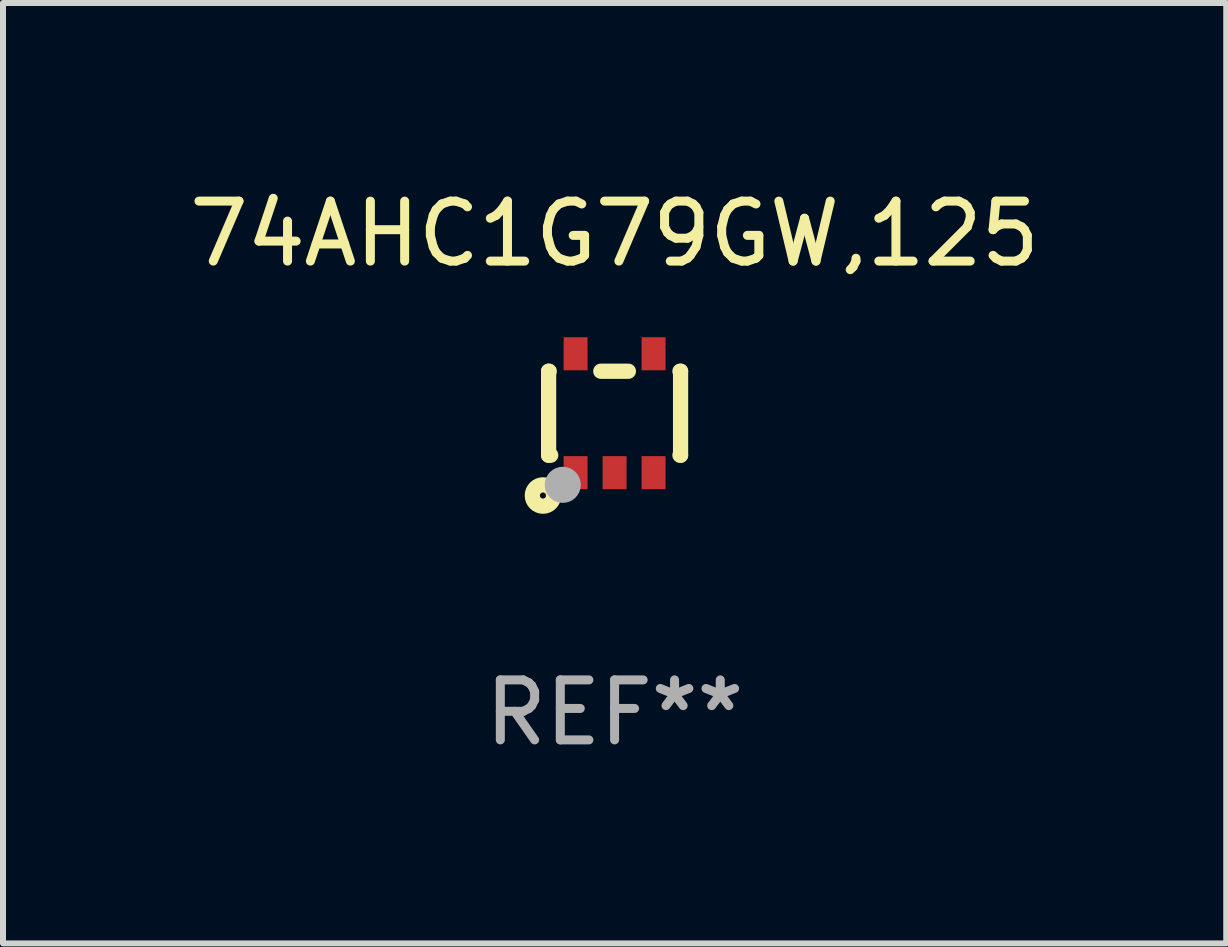
<source format=kicad_pcb>
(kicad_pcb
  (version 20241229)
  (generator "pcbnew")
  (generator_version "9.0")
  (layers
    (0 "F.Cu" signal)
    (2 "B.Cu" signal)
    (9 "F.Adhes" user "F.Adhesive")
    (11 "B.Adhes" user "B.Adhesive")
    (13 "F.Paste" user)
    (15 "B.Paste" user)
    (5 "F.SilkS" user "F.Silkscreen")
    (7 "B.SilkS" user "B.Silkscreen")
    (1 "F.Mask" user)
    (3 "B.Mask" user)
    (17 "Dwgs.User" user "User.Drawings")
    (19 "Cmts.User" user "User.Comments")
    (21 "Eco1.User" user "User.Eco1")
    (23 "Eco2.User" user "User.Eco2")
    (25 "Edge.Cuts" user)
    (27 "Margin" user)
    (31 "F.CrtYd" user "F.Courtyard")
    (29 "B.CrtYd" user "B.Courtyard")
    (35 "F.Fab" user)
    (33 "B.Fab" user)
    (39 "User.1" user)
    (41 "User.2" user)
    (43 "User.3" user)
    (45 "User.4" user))
  (footprint "74AHC1G79GW,125"
    (layer "F.Cu")
    (at 7.196 3.839)
    (property "Reference" "74AHC1G79GW,125" (at 0 -2.991 0) (layer "F.SilkS") (effects (font (size 1 1) (thickness 0.15))))
    (attr through_hole)
    (fp_line (start -1.1 -0.7) (end -1.1 0.7) (stroke (width 0.254) (type solid)) (layer "F.SilkS"))
    (fp_line (start -1.1 -0.7) (end -1.09 -0.7) (stroke (width 0.254) (type solid)) (layer "F.SilkS"))
    (fp_line (start -1.1 0.7) (end -1.065 0.7) (stroke (width 0.254) (type solid)) (layer "F.SilkS"))
    (fp_line (start -0.23 -0.7) (end 0.23 -0.7) (stroke (width 0.254) (type solid)) (layer "F.SilkS"))
    (fp_line (start 1.09 -0.7) (end 1.1 -0.7) (stroke (width 0.254) (type solid)) (layer "F.SilkS"))
    (fp_line (start 1.09 0.7) (end 1.1 0.7) (stroke (width 0.254) (type solid)) (layer "F.SilkS"))
    (fp_line (start 1.1 -0.7) (end 1.1 0.7) (stroke (width 0.254) (type solid)) (layer "F.SilkS"))
    (fp_circle (center -1.194 1.372) (end -1.143 1.372) (stroke (width 0.254) (type solid)) (fill no) (layer "F.SilkS"))
    (fp_circle (center -1.05 1.063) (end -1.02 1.063) (stroke (width 0.06) (type solid)) (fill no) (layer "F.SilkS"))
    (fp_circle (center -0.864 1.194) (end -0.713 1.194) (stroke (width 0.3) (type solid)) (fill no) (layer "F.Fab"))
    (fp_text user "REF**" (at 0 4.991 0) (layer "F.Fab") (effects (font (size 1 1) (thickness 0.15))))
    (pad "1" smd rect (at -0.65 0.991 180) (size 0.399 0.551) (layers "F.Cu" "F.Mask" "F.Paste"))
    (pad "2" smd rect (at 0 0.991 180) (size 0.399 0.551) (layers "F.Cu" "F.Mask" "F.Paste"))
    (pad "3" smd rect (at 0.65 0.991 180) (size 0.399 0.551) (layers "F.Cu" "F.Mask" "F.Paste"))
    (pad "4" smd rect (at 0.65 -0.991 180) (size 0.399 0.551) (layers "F.Cu" "F.Mask" "F.Paste"))
    (pad "5" smd rect (at -0.65 -0.991 180) (size 0.399 0.551) (layers "F.Cu" "F.Mask" "F.Paste")))
  (gr_rect
    (start -3 -3)
    (end 17.393 12.678)
    (stroke (width 0.1) (type default))
    (fill no)
    (layer "Edge.Cuts")))
</source>
